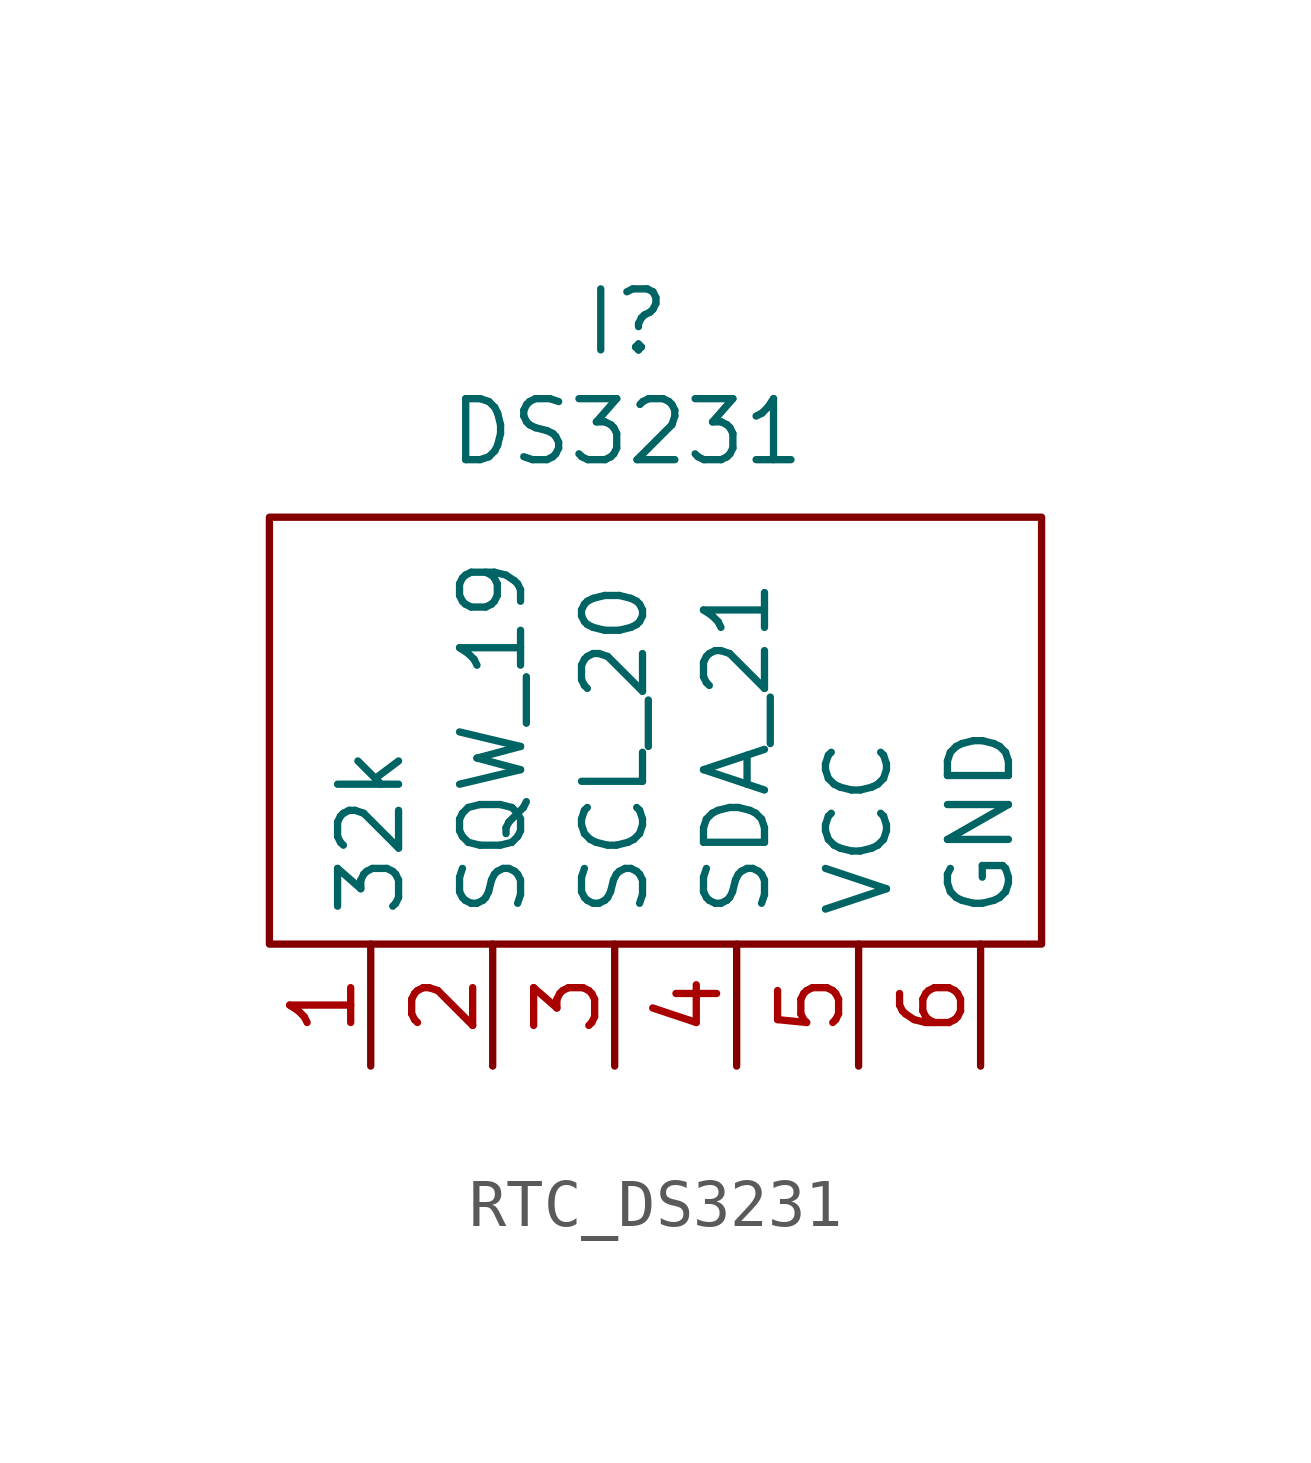
<source format=kicad_sym>
(kicad_symbol_lib
  (version 20241209)
  (generator "kicad_symbol_editor")
  (generator_version "9.0")
  (symbol "RTC_DS3231​"
    (property "Reference" "I"
      (at 2.794 7.874 0)
      (effects (font (size 1.27 1.27))))
    (property "Value" "DS3231​"
      (at 2.794 5.588 0)
      (effects (font (size 1.27 1.27))))
    (symbol "RTC_DS3231​_0_1"
      (rectangle (start -4.65 3.81) (end 11.43 -5.08) (stroke (width 0) (type default)) (fill (type none))))
    (symbol "RTC_DS3231​_1_1"
      (pin output line (at -2.54 -7.62 90) (length 2.54) (name "32k" (effects (font (size 1.27 1.27)))) (number "1" (effects (font (size 1.27 1.27)))))
      (pin output line (at 0 -7.62 90) (length 2.54) (name "SQW_19" (effects (font (size 1.27 1.27)))) (number "2" (effects (font (size 1.27 1.27)))))
      (pin bidirectional line (at 2.54 -7.62 90) (length 2.54) (name "SCL_20" (effects (font (size 1.27 1.27)))) (number "3" (effects (font (size 1.27 1.27)))))
      (pin bidirectional line (at 5.08 -7.62 90) (length 2.54) (name "SDA_21" (effects (font (size 1.27 1.27)))) (number "4" (effects (font (size 1.27 1.27)))))
      (pin power_in line (at 7.62 -7.62 90) (length 2.54) (name "VCC" (effects (font (size 1.27 1.27)))) (number "5" (effects (font (size 1.27 1.27)))))
      (pin passive line (at 10.16 -7.62 90) (length 2.54) (name "GND" (effects (font (size 1.27 1.27)))) (number "6" (effects (font (size 1.27 1.27))))))))
</source>
